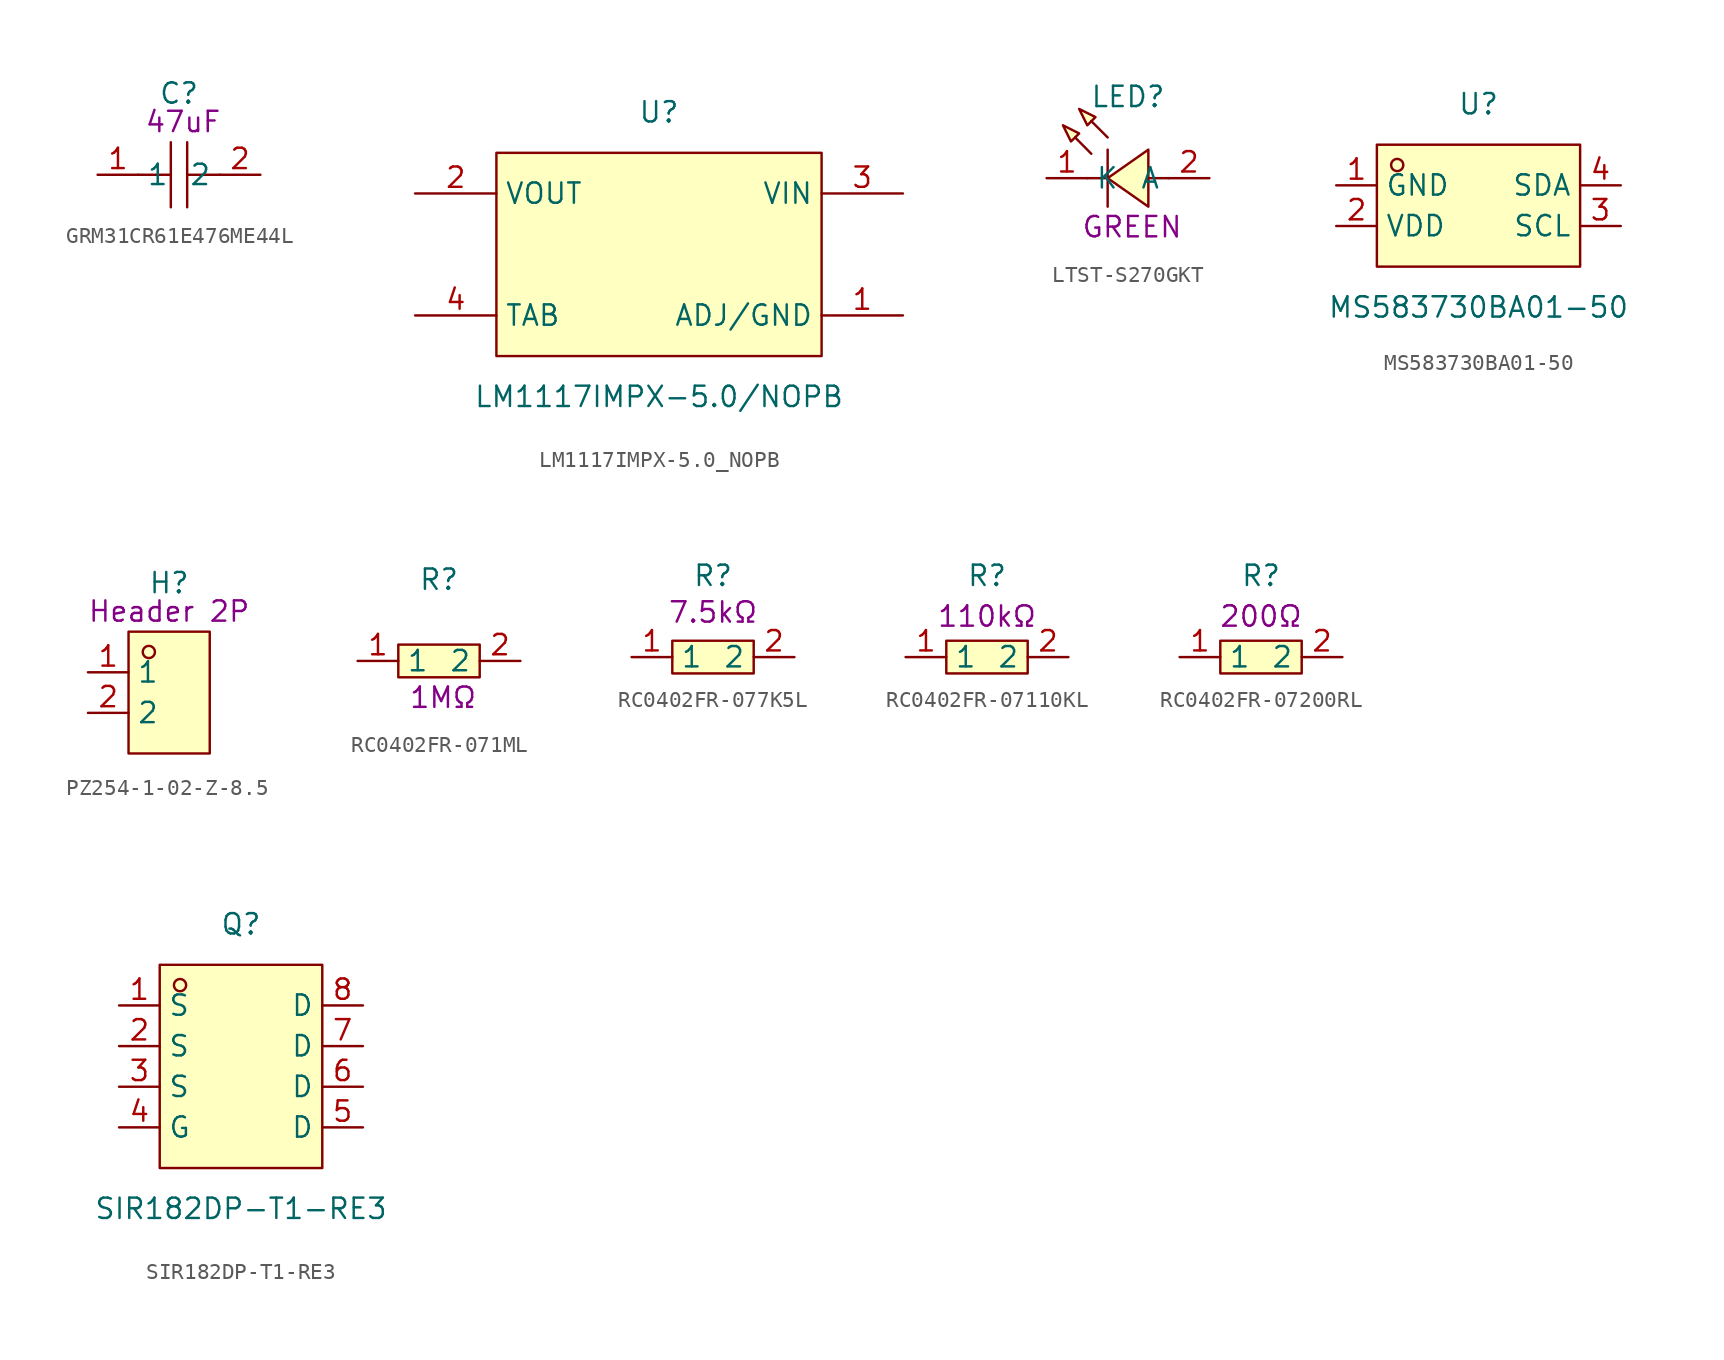
<source format=kicad_sym>
(kicad_symbol_lib
  (version 20241209)
  (generator "kicad_symbol_editor")
  (generator_version "9.0")
  (symbol "GRM31CR61E476ME44L"
    (property "Reference" "C"
      (at 0 5.08 0)
      (effects (font (size 1.27 1.27))))
    (property "Description" "47uF"
      (at 0.254 3.302 0)
      (effects (font (size 1.27 1.27))))
    (symbol "GRM31CR61E476ME44L_0_1"
      (polyline (pts (xy -0.51 0) (xy -2.54 0)) (stroke (width 0) (type default)) (fill (type none)))
      (polyline (pts (xy -0.51 -2.03) (xy -0.51 2.03)) (stroke (width 0) (type default)) (fill (type none)))
      (polyline (pts (xy 0.51 2.03) (xy 0.51 -2.03)) (stroke (width 0) (type default)) (fill (type none)))
      (polyline (pts (xy 2.54 0) (xy 0.51 0)) (stroke (width 0) (type default)) (fill (type none)))
      (pin unspecified line (at -5.08 0 0) (length 2.54) (name "1" (effects (font (size 1.27 1.27)))) (number "1" (effects (font (size 1.27 1.27)))))
      (pin unspecified line (at 5.08 0 180) (length 2.54) (name "2" (effects (font (size 1.27 1.27)))) (number "2" (effects (font (size 1.27 1.27)))))))
  (symbol "LM1117IMPX-5.0_NOPB"
    (property "Reference" "U"
      (at 0 8.89 0)
      (effects (font (size 1.27 1.27))))
    (property "Value" "LM1117IMPX-5.0/NOPB"
      (at 0 -8.89 0)
      (effects (font (size 1.27 1.27))))
    (symbol "LM1117IMPX-5.0_NOPB_0_1"
      (rectangle (start -10.16 6.35) (end 10.16 -6.35) (stroke (width 0) (type default)) (fill (type background)))
      (pin unspecified line (at -15.24 3.81 0) (length 5.08) (name "VOUT" (effects (font (size 1.27 1.27)))) (number "2" (effects (font (size 1.27 1.27)))))
      (pin unspecified line (at -15.24 -3.81 0) (length 5.08) (name "TAB" (effects (font (size 1.27 1.27)))) (number "4" (effects (font (size 1.27 1.27)))))
      (pin unspecified line (at 15.24 3.81 180) (length 5.08) (name "VIN" (effects (font (size 1.27 1.27)))) (number "3" (effects (font (size 1.27 1.27)))))
      (pin unspecified line (at 15.24 -3.81 180) (length 5.08) (name "ADJ/GND" (effects (font (size 1.27 1.27)))) (number "1" (effects (font (size 1.27 1.27)))))))
  (symbol "LTST-S270GKT"
    (property "Reference" "LED"
      (at 0 5.08 0)
      (effects (font (size 1.27 1.27))))
    (property "Description" "GREEN"
      (at 0.254 -3.048 0)
      (effects (font (size 1.27 1.27))))
    (symbol "LTST-S270GKT_0_1"
      (polyline (pts (xy -4.06 3.3) (xy -3.05 2.79) (xy -3.56 2.29) (xy -4.06 3.3)) (stroke (width 0) (type default)) (fill (type background)))
      (polyline (pts (xy -3.05 4.32) (xy -2.03 3.81) (xy -2.54 3.3) (xy -3.05 4.32)) (stroke (width 0) (type default)) (fill (type background)))
      (polyline (pts (xy -2.29 1.52) (xy -3.3 2.54) (xy -2.29 1.52)) (stroke (width 0) (type default)) (fill (type background)))
      (polyline (pts (xy -1.27 2.54) (xy -2.29 3.56) (xy -1.27 2.54)) (stroke (width 0) (type default)) (fill (type background)))
      (polyline (pts (xy -1.27 1.78) (xy -1.27 -1.78)) (stroke (width 0) (type default)) (fill (type none)))
      (polyline (pts (xy -1.27 0) (xy -2.54 0)) (stroke (width 0) (type default)) (fill (type none)))
      (polyline (pts (xy 1.27 1.78) (xy -1.27 0) (xy 1.27 -1.78) (xy 1.27 1.78)) (stroke (width 0) (type default)) (fill (type background)))
      (polyline (pts (xy 2.54 0) (xy 1.27 0)) (stroke (width 0) (type default)) (fill (type none)))
      (pin unspecified line (at -5.08 0 0) (length 2.54) (name "K" (effects (font (size 1.27 1.27)))) (number "1" (effects (font (size 1.27 1.27)))))
      (pin unspecified line (at 5.08 0 180) (length 2.54) (name "A" (effects (font (size 1.27 1.27)))) (number "2" (effects (font (size 1.27 1.27)))))))
  (symbol "MS583730BA01-50"
    (property "Reference" "U"
      (at 0 6.35 0)
      (effects (font (size 1.27 1.27))))
    (property "Value" "MS583730BA01-50"
      (at 0 -6.35 0)
      (effects (font (size 1.27 1.27))))
    (symbol "MS583730BA01-50_0_1"
      (rectangle (start -6.35 3.81) (end 6.35 -3.81) (stroke (width 0) (type default)) (fill (type background)))
      (circle (center -5.08 2.54) (radius 0.38) (stroke (width 0) (type default)) (fill (type none)))
      (pin unspecified line (at -8.89 1.27 0) (length 2.54) (name "GND" (effects (font (size 1.27 1.27)))) (number "1" (effects (font (size 1.27 1.27)))))
      (pin unspecified line (at -8.89 -1.27 0) (length 2.54) (name "VDD" (effects (font (size 1.27 1.27)))) (number "2" (effects (font (size 1.27 1.27)))))
      (pin unspecified line (at 8.89 1.27 180) (length 2.54) (name "SDA" (effects (font (size 1.27 1.27)))) (number "4" (effects (font (size 1.27 1.27)))))
      (pin unspecified line (at 8.89 -1.27 180) (length 2.54) (name "SCL" (effects (font (size 1.27 1.27)))) (number "3" (effects (font (size 1.27 1.27)))))))
  (symbol "PZ254-1-02-Z-8.5"
    (property "Reference" "H"
      (at 0 6.858 0)
      (effects (font (size 1.27 1.27))))
    (property "Description" "Header 2P"
      (at 0 5.08 0)
      (effects (font (size 1.27 1.27))))
    (symbol "PZ254-1-02-Z-8.5_0_1"
      (rectangle (start -2.54 3.81) (end 2.54 -3.81) (stroke (width 0) (type default)) (fill (type background)))
      (circle (center -1.27 2.54) (radius 0.38) (stroke (width 0) (type default)) (fill (type none)))
      (pin unspecified line (at -5.08 1.27 0) (length 2.54) (name "1" (effects (font (size 1.27 1.27)))) (number "1" (effects (font (size 1.27 1.27)))))
      (pin unspecified line (at -5.08 -1.27 0) (length 2.54) (name "2" (effects (font (size 1.27 1.27)))) (number "2" (effects (font (size 1.27 1.27)))))))
  (symbol "RC0402FR-071ML"
    (property "Reference" "R"
      (at 0 5.08 0)
      (effects (font (size 1.27 1.27))))
    (property "Description" "1MΩ"
      (at 0.254 -2.286 0)
      (effects (font (size 1.27 1.27))))
    (symbol "RC0402FR-071ML_0_1"
      (rectangle (start -2.54 1.02) (end 2.54 -1.02) (stroke (width 0) (type default)) (fill (type background)))
      (pin input line (at -5.08 0 0) (length 2.54) (name "1" (effects (font (size 1.27 1.27)))) (number "1" (effects (font (size 1.27 1.27)))))
      (pin input line (at 5.08 0 180) (length 2.54) (name "2" (effects (font (size 1.27 1.27)))) (number "2" (effects (font (size 1.27 1.27)))))))
  (symbol "RC0402FR-077K5L"
    (property "Reference" "R"
      (at 0 5.08 0)
      (effects (font (size 1.27 1.27))))
    (property "Description" "7.5kΩ"
      (at 0 2.794 0)
      (effects (font (size 1.27 1.27))))
    (symbol "RC0402FR-077K5L_0_1"
      (rectangle (start -2.54 1.02) (end 2.54 -1.02) (stroke (width 0) (type default)) (fill (type background)))
      (pin input line (at -5.08 0 0) (length 2.54) (name "1" (effects (font (size 1.27 1.27)))) (number "1" (effects (font (size 1.27 1.27)))))
      (pin input line (at 5.08 0 180) (length 2.54) (name "2" (effects (font (size 1.27 1.27)))) (number "2" (effects (font (size 1.27 1.27)))))))
  (symbol "RC0402FR-07110KL"
    (property "Reference" "R"
      (at 0 5.08 0)
      (effects (font (size 1.27 1.27))))
    (property "Description" "110kΩ"
      (at 0 2.54 0)
      (effects (font (size 1.27 1.27))))
    (symbol "RC0402FR-07110KL_0_1"
      (rectangle (start -2.54 1.02) (end 2.54 -1.02) (stroke (width 0) (type default)) (fill (type background)))
      (pin input line (at -5.08 0 0) (length 2.54) (name "1" (effects (font (size 1.27 1.27)))) (number "1" (effects (font (size 1.27 1.27)))))
      (pin input line (at 5.08 0 180) (length 2.54) (name "2" (effects (font (size 1.27 1.27)))) (number "2" (effects (font (size 1.27 1.27)))))))
  (symbol "RC0402FR-07200RL"
    (property "Reference" "R"
      (at 0 5.08 0)
      (effects (font (size 1.27 1.27))))
    (property "Description" "200Ω"
      (at 0 2.54 0)
      (effects (font (size 1.27 1.27))))
    (symbol "RC0402FR-07200RL_0_1"
      (rectangle (start -2.54 1.02) (end 2.54 -1.02) (stroke (width 0) (type default)) (fill (type background)))
      (pin input line (at -5.08 0 0) (length 2.54) (name "1" (effects (font (size 1.27 1.27)))) (number "1" (effects (font (size 1.27 1.27)))))
      (pin input line (at 5.08 0 180) (length 2.54) (name "2" (effects (font (size 1.27 1.27)))) (number "2" (effects (font (size 1.27 1.27)))))))
  (symbol "SIR182DP-T1-RE3"
    (property "Reference" "Q"
      (at 0 10.16 0)
      (effects (font (size 1.27 1.27))))
    (property "Value" "SIR182DP-T1-RE3"
      (at 0 -7.62 0)
      (effects (font (size 1.27 1.27))))
    (symbol "SIR182DP-T1-RE3_0_1"
      (rectangle (start -5.08 7.62) (end 5.08 -5.08) (stroke (width 0) (type default)) (fill (type background)))
      (circle (center -3.81 6.35) (radius 0.38) (stroke (width 0) (type default)) (fill (type none)))
      (pin unspecified line (at -7.62 5.08 0) (length 2.54) (name "S" (effects (font (size 1.27 1.27)))) (number "1" (effects (font (size 1.27 1.27)))))
      (pin unspecified line (at -7.62 2.54 0) (length 2.54) (name "S" (effects (font (size 1.27 1.27)))) (number "2" (effects (font (size 1.27 1.27)))))
      (pin unspecified line (at -7.62 0 0) (length 2.54) (name "S" (effects (font (size 1.27 1.27)))) (number "3" (effects (font (size 1.27 1.27)))))
      (pin unspecified line (at -7.62 -2.54 0) (length 2.54) (name "G" (effects (font (size 1.27 1.27)))) (number "4" (effects (font (size 1.27 1.27)))))
      (pin unspecified line (at 7.62 5.08 180) (length 2.54) (name "D" (effects (font (size 1.27 1.27)))) (number "8" (effects (font (size 1.27 1.27)))))
      (pin unspecified line (at 7.62 2.54 180) (length 2.54) (name "D" (effects (font (size 1.27 1.27)))) (number "7" (effects (font (size 1.27 1.27)))))
      (pin unspecified line (at 7.62 0 180) (length 2.54) (name "D" (effects (font (size 1.27 1.27)))) (number "6" (effects (font (size 1.27 1.27)))))
      (pin unspecified line (at 7.62 -2.54 180) (length 2.54) (name "D" (effects (font (size 1.27 1.27)))) (number "5" (effects (font (size 1.27 1.27))))))))
</source>
